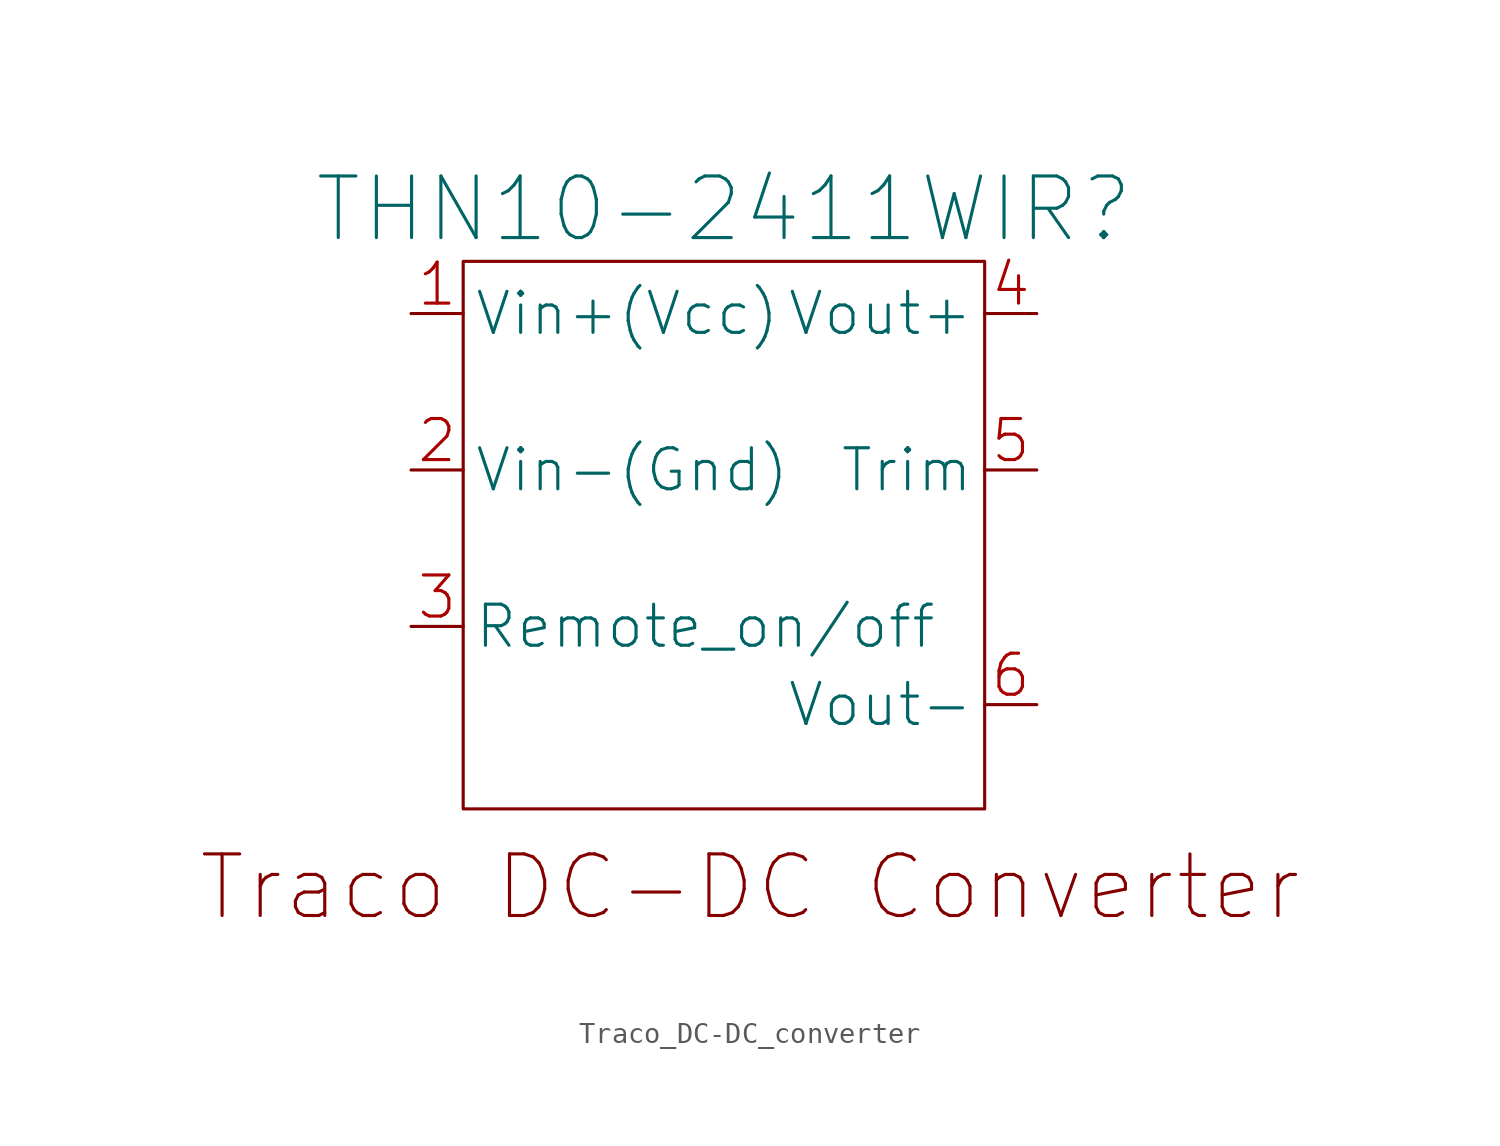
<source format=kicad_sym>
(kicad_symbol_lib
  (version 20220914)
  (generator kicad_symbol_editor)
  (symbol "Traco_DC-DC_converter"
    (property "Reference" "THN10-2411WIR"
      (at 0 2.54 0)
      (effects (font (size 3 3))))
    (property "Value" ""
      (at 0 0 0)
      (effects (font (size 1.27 1.27))))
    (symbol "Traco_DC-DC_converter_0_1"
      (rectangle (start -12.7 0) (end 12.7 -26.67) (stroke (width 0) (type default)) (fill (type none))))
    (symbol "Traco_DC-DC_converter_1_1"
      (text "Traco DC-DC Converter" (at 1.27 -30.48 0) (effects (font (face "KiCad Font") (size 3 3))))
      (pin input line (at -15.24 -2.54 0) (length 2.54) (name "Vin+(Vcc)" (effects (font (size 2 2)))) (number "1" (effects (font (size 2 2)))))
      (pin input line (at -15.24 -10.16 0) (length 2.54) (name "Vin-(Gnd)" (effects (font (size 2 2)))) (number "2" (effects (font (size 2 2)))))
      (pin input line (at -15.24 -17.78 0) (length 2.54) (name "Remote_on/off" (effects (font (size 2 2)))) (number "3" (effects (font (size 2 2)))))
      (pin power_out line (at 15.24 -2.54 180) (length 2.54) (name "Vout+" (effects (font (size 2 2)))) (number "4" (effects (font (size 2 2)))))
      (pin passive line (at 15.24 -10.16 180) (length 2.54) (name "Trim" (effects (font (size 2 2)))) (number "5" (effects (font (size 2 2)))))
      (pin power_out line (at 15.24 -21.59 180) (length 2.54) (name "Vout-" (effects (font (size 2 2)))) (number "6" (effects (font (size 2 2))))))))
</source>
